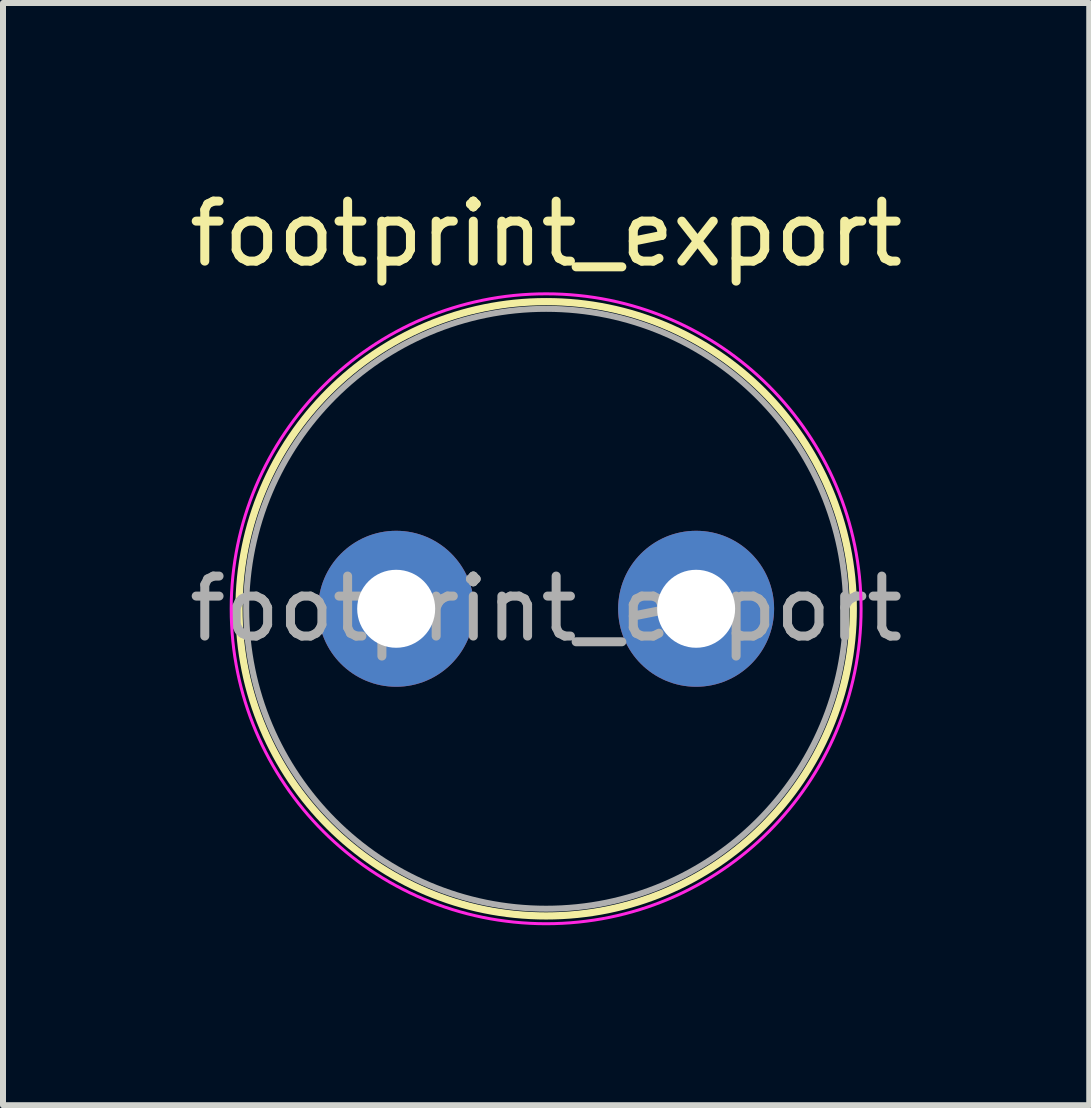
<source format=kicad_pcb>
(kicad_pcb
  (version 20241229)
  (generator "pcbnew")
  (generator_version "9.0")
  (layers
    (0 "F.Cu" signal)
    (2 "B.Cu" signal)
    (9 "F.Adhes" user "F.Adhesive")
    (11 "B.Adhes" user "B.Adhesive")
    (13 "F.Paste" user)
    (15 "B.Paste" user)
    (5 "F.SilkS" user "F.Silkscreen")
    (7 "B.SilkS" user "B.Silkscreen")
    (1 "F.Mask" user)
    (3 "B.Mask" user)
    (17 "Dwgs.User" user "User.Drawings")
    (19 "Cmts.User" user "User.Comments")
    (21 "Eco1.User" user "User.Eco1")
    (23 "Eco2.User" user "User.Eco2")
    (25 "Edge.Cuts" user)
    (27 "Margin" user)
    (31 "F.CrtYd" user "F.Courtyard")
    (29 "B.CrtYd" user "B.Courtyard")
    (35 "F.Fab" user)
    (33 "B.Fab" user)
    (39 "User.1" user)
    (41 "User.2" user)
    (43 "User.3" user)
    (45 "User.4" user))
  (footprint "footprint_export"
    (layer "F.Cu")
    (at 3.554 7.098)
    (property "Reference" "footprint_export" (at 2.5 -6.25 0) (layer "F.SilkS") (effects (font (size 1 1) (thickness 0.15))))
    (attr through_hole)
    (fp_circle (center 2.5 0) (end 7.62 0) (stroke (width 0.12) (type solid)) (fill no) (layer "F.SilkS"))
    (fp_circle (center 2.5 0) (end 7.75 0) (stroke (width 0.05) (type solid)) (fill no) (layer "F.CrtYd"))
    (fp_circle (center 2.5 0) (end 7.5 0) (stroke (width 0.1) (type solid)) (fill no) (layer "F.Fab"))
    (fp_text user "${REFERENCE}" (at 2.5 0 0) (layer "F.Fab") (effects (font (size 1 1) (thickness 0.15))))
    (pad "1" thru_hole circle (at 0 0) (size 2.6 2.6) (drill 1.3) (layers "*.Cu" "*.Mask"))
    (pad "2" thru_hole circle (at 5 0) (size 2.6 2.6) (drill 1.3) (layers "*.Cu" "*.Mask")))
  (gr_rect
    (start -3 -3)
    (end 15.107 15.373)
    (stroke (width 0.1) (type default))
    (fill no)
    (layer "Edge.Cuts")))
</source>
